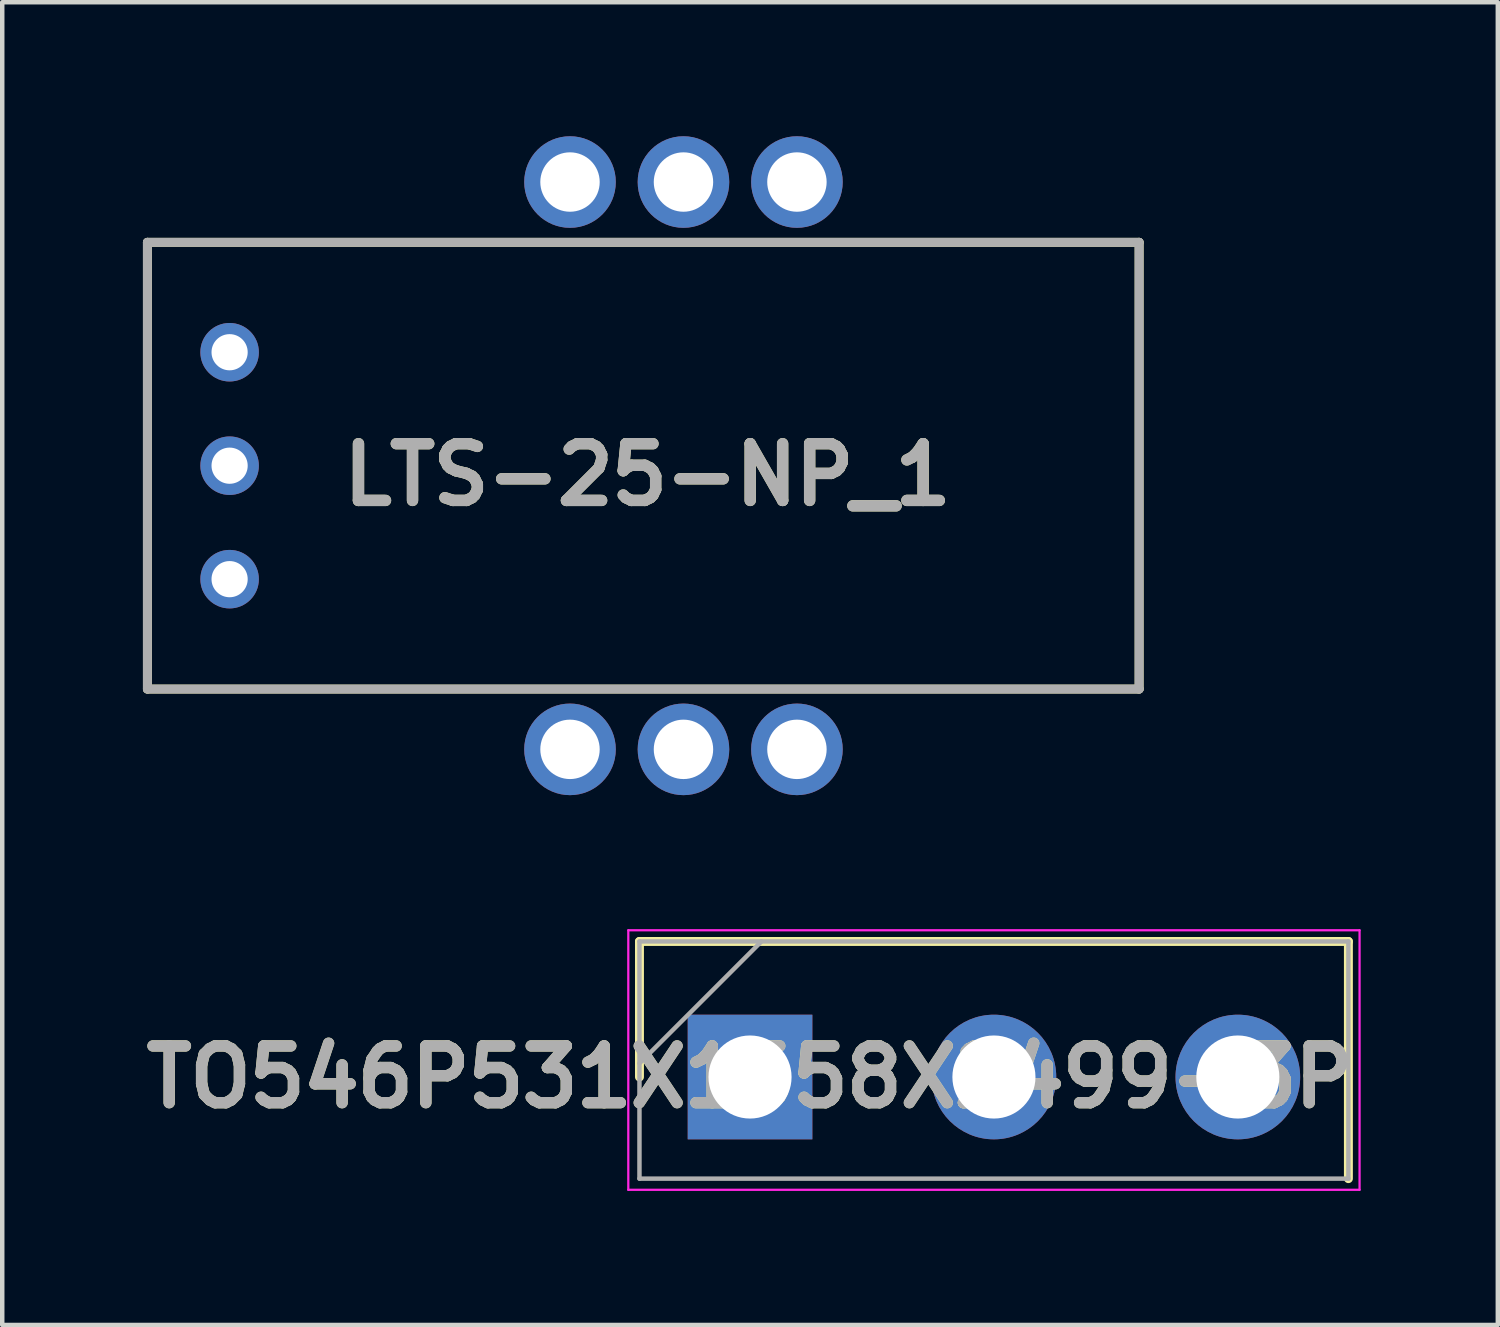
<source format=kicad_pcb>
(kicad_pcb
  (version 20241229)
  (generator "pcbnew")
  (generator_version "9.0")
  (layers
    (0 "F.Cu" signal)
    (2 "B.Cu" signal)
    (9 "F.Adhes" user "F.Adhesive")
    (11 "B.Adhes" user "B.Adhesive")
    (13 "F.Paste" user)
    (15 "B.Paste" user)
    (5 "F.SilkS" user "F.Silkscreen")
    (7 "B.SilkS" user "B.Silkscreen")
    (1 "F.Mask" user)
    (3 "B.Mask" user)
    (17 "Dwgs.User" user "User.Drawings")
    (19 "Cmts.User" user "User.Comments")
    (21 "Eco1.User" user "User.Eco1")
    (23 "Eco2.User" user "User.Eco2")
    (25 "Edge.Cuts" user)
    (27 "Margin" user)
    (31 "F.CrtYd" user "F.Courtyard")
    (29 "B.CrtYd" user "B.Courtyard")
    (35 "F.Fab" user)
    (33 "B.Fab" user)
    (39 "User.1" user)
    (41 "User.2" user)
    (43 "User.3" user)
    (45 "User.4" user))
  (footprint "TO546P531X1558X2499-3P"
    (layer "F.Cu")
    (at 13.74 21.06)
    (property "Reference" "TO546P531X1558X2499-3P" (at 0 0 0) (layer "F.SilkS") (effects (font (size 1.27 1.27) (thickness 0.254))))
    (attr through_hole)
    (fp_line (start -2.475 -3.035) (end -2.475 0) (stroke (width 0.2) (type solid)) (layer "F.SilkS"))
    (fp_line (start 13.395 -3.035) (end -2.475 -3.035) (stroke (width 0.2) (type solid)) (layer "F.SilkS"))
    (fp_line (start 13.395 2.275) (end 13.395 -3.035) (stroke (width 0.2) (type solid)) (layer "F.SilkS"))
    (fp_line (start -2.725 -3.285) (end 13.645 -3.285) (stroke (width 0.05) (type solid)) (layer "F.CrtYd"))
    (fp_line (start -2.725 2.525) (end -2.725 -3.285) (stroke (width 0.05) (type solid)) (layer "F.CrtYd"))
    (fp_line (start 13.645 -3.285) (end 13.645 2.525) (stroke (width 0.05) (type solid)) (layer "F.CrtYd"))
    (fp_line (start 13.645 2.525) (end -2.725 2.525) (stroke (width 0.05) (type solid)) (layer "F.CrtYd"))
    (fp_line (start -2.475 -3.035) (end 13.395 -3.035) (stroke (width 0.1) (type solid)) (layer "F.Fab"))
    (fp_line (start -2.475 -0.305) (end 0.255 -3.035) (stroke (width 0.1) (type solid)) (layer "F.Fab"))
    (fp_line (start -2.475 2.275) (end -2.475 -3.035) (stroke (width 0.1) (type solid)) (layer "F.Fab"))
    (fp_line (start 13.395 -3.035) (end 13.395 2.275) (stroke (width 0.1) (type solid)) (layer "F.Fab"))
    (fp_line (start 13.395 2.275) (end -2.475 2.275) (stroke (width 0.1) (type solid)) (layer "F.Fab"))
    (fp_text user "${REFERENCE}" (at 0 0 0) (layer "F.Fab") (effects (font (size 1.27 1.27) (thickness 0.254))))
    (pad "1" thru_hole rect (at 0 0) (size 2.79 2.79) (drill 1.86) (layers "*.Cu" "*.Mask"))
    (pad "2" thru_hole circle (at 5.46 0) (size 2.79 2.79) (drill 1.86) (layers "*.Cu" "*.Mask"))
    (pad "3" thru_hole circle (at 10.92 0) (size 2.79 2.79) (drill 1.86) (layers "*.Cu" "*.Mask")))
  (footprint "LTS-25-NP_1"
    (layer "F.Cu")
    (at 0.25 7.375)
    (property "Reference" "LTS-25-NP_1" (at 11.196 0.203 0) (layer "F.SilkS") (effects (font (size 1.27 1.27) (thickness 0.254))))
    (attr through_hole)
    (fp_line (start 0 -5) (end 0 5) (stroke (width 0.2) (type solid)) (layer "F.SilkS"))
    (fp_line (start 0 5) (end 22.2 5) (stroke (width 0.2) (type solid)) (layer "F.SilkS"))
    (fp_line (start 22.2 -5) (end 0 -5) (stroke (width 0.2) (type solid)) (layer "F.SilkS"))
    (fp_line (start 22.2 5) (end 22.2 -5) (stroke (width 0.2) (type solid)) (layer "F.SilkS"))
    (fp_line (start 0 -5) (end 22.2 -5) (stroke (width 0.2) (type solid)) (layer "F.Fab"))
    (fp_line (start 0 5) (end 0 -5) (stroke (width 0.2) (type solid)) (layer "F.Fab"))
    (fp_line (start 22.2 -5) (end 22.2 5) (stroke (width 0.2) (type solid)) (layer "F.Fab"))
    (fp_line (start 22.2 5) (end 0 5) (stroke (width 0.2) (type solid)) (layer "F.Fab"))
    (fp_text user "${REFERENCE}" (at 11.196 0.203 0) (layer "F.Fab") (effects (font (size 1.27 1.27) (thickness 0.254))))
    (pad "1" thru_hole circle (at 9.46 6.35) (size 2.05 2.05) (drill 1.33) (layers "*.Cu" "*.Mask"))
    (pad "2" thru_hole circle (at 12 6.35) (size 2.05 2.05) (drill 1.33) (layers "*.Cu" "*.Mask"))
    (pad "3" thru_hole circle (at 14.54 6.35) (size 2.05 2.05) (drill 1.33) (layers "*.Cu" "*.Mask"))
    (pad "4" thru_hole circle (at 14.54 -6.35) (size 2.05 2.05) (drill 1.33) (layers "*.Cu" "*.Mask"))
    (pad "5" thru_hole circle (at 12 -6.35) (size 2.05 2.05) (drill 1.33) (layers "*.Cu" "*.Mask"))
    (pad "6" thru_hole circle (at 9.46 -6.35) (size 2.05 2.05) (drill 1.33) (layers "*.Cu" "*.Mask"))
    (pad "7" thru_hole circle (at 1.84 -2.54) (size 1.31 1.31) (drill 0.81) (layers "*.Cu" "*.Mask"))
    (pad "8" thru_hole circle (at 1.84 0) (size 1.31 1.31) (drill 0.81) (layers "*.Cu" "*.Mask"))
    (pad "9" thru_hole circle (at 1.84 2.54) (size 1.31 1.31) (drill 0.81) (layers "*.Cu" "*.Mask")))
  (gr_rect
    (start -3 -3)
    (end 30.48 26.61)
    (stroke (width 0.1) (type default))
    (fill no)
    (layer "Edge.Cuts")))
</source>
